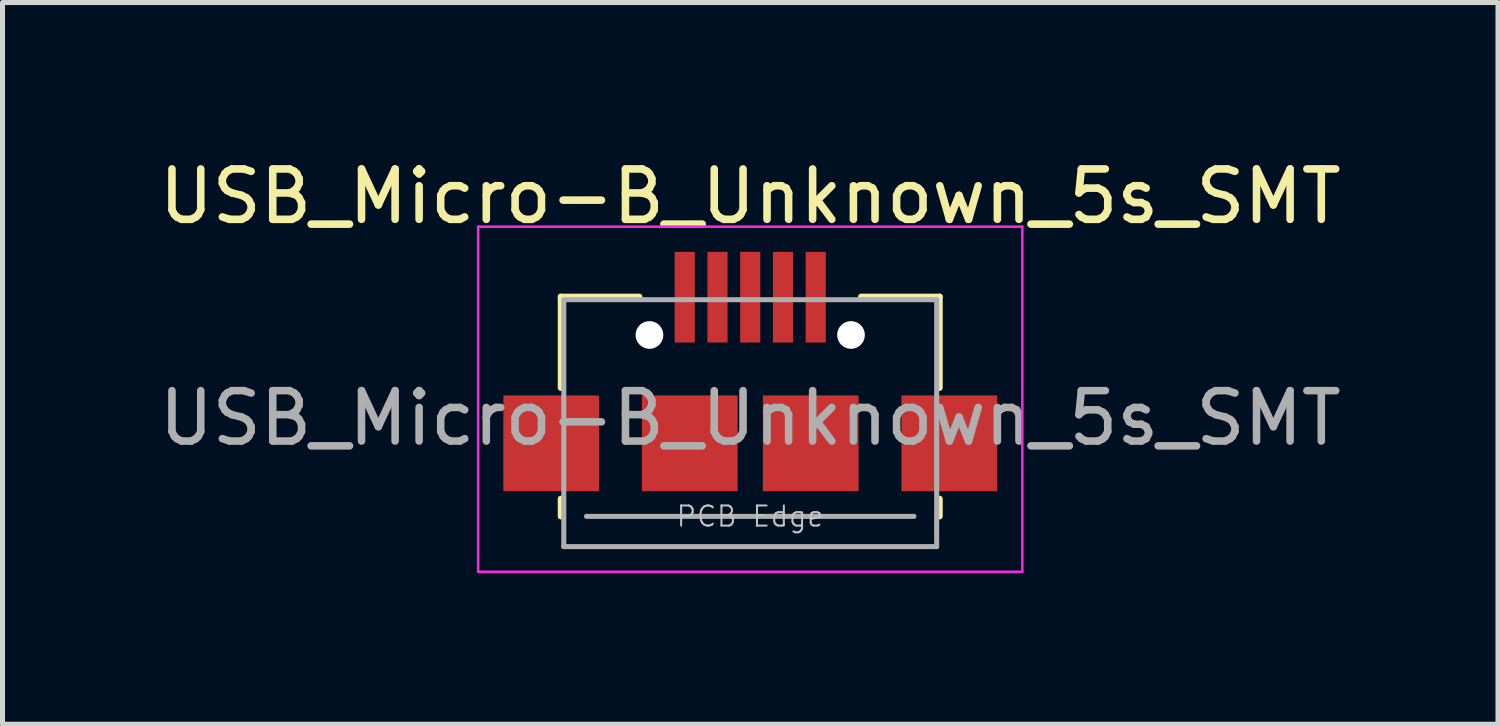
<source format=kicad_pcb>
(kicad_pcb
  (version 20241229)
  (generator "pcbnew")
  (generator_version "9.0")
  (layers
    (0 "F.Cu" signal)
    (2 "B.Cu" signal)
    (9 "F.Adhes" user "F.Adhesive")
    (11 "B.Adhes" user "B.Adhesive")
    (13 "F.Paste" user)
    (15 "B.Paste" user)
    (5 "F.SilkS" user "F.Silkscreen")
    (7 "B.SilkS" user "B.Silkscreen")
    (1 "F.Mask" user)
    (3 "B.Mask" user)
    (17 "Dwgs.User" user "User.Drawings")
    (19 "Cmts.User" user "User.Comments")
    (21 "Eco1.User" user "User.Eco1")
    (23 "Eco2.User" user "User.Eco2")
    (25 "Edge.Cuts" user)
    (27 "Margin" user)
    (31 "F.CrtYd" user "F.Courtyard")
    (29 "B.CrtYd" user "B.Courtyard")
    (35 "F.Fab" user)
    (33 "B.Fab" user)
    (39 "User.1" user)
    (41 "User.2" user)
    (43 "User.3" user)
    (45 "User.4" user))
  (footprint "USB_Micro-B_Unknown_5s_SMT"
    (layer "F.Cu")
    (at 11.839 2.848)
    (property "Reference" "USB_Micro-B_Unknown_5s_SMT" (at 0 -2 0) (layer "F.SilkS") (effects (font (size 1 1) (thickness 0.15))))
    (attr smd)
    (fp_line (start -3.76 -0.01) (end -2.2 -0.01) (stroke (width 0.12) (type solid)) (layer "F.SilkS"))
    (fp_line (start -3.76 1.8) (end -3.76 -0.01) (stroke (width 0.12) (type solid)) (layer "F.SilkS"))
    (fp_line (start -3.76 4) (end -3.76 4.35) (stroke (width 0.12) (type solid)) (layer "F.SilkS"))
    (fp_line (start 3.76 -0.01) (end 2.2 -0.01) (stroke (width 0.12) (type solid)) (layer "F.SilkS"))
    (fp_line (start 3.76 1.8) (end 3.76 -0.01) (stroke (width 0.12) (type solid)) (layer "F.SilkS"))
    (fp_line (start 3.76 4) (end 3.76 4.35) (stroke (width 0.12) (type solid)) (layer "F.SilkS"))
    (fp_line (start -5.4 -1.4) (end -5.4 5.45) (stroke (width 0.05) (type solid)) (layer "F.CrtYd"))
    (fp_line (start -5.4 -1.4) (end 5.4 -1.4) (stroke (width 0.05) (type solid)) (layer "F.CrtYd"))
    (fp_line (start 5.4 -1.4) (end 5.4 5.45) (stroke (width 0.05) (type solid)) (layer "F.CrtYd"))
    (fp_line (start 5.4 5.45) (end -5.4 5.45) (stroke (width 0.05) (type solid)) (layer "F.CrtYd"))
    (fp_line (start -3.7 0.05) (end -3.7 4.95) (stroke (width 0.1) (type solid)) (layer "F.Fab"))
    (fp_line (start -3.7 4.95) (end 3.7 4.95) (stroke (width 0.1) (type solid)) (layer "F.Fab"))
    (fp_line (start -3.25 4.35) (end 3.25 4.35) (stroke (width 0.1) (type solid)) (layer "F.Fab"))
    (fp_line (start 3.7 0.05) (end -3.7 0.05) (stroke (width 0.1) (type solid)) (layer "F.Fab"))
    (fp_line (start 3.7 4.95) (end 3.7 0.05) (stroke (width 0.1) (type solid)) (layer "F.Fab"))
    (fp_text user "PCB Edge" (at 0 4.35 180) (layer "Dwgs.User") (effects (font (size 0.4 0.4) (thickness 0.04))))
    (fp_text user "${REFERENCE}" (at 0 2.4 0) (layer "F.Fab") (effects (font (size 1 1) (thickness 0.15))))
    (pad "" np_thru_hole circle (at -2 0.75) (size 0.55 0.55) (drill 0.55) (layers "*.Cu" "*.Mask"))
    (pad "" np_thru_hole circle (at 2 0.75) (size 0.55 0.55) (drill 0.55) (layers "*.Cu" "*.Mask"))
    (pad "1" smd rect (at -1.3 0) (size 0.4 1.8) (layers "F.Cu" "F.Mask" "F.Paste"))
    (pad "2" smd rect (at -0.65 0) (size 0.4 1.8) (layers "F.Cu" "F.Mask" "F.Paste"))
    (pad "3" smd rect (at 0 0) (size 0.4 1.8) (layers "F.Cu" "F.Mask" "F.Paste"))
    (pad "4" smd rect (at 0.65 0) (size 0.4 1.8) (layers "F.Cu" "F.Mask" "F.Paste"))
    (pad "5" smd rect (at 1.3 0) (size 0.4 1.8) (layers "F.Cu" "F.Mask" "F.Paste"))
    (pad "6" smd rect (at -3.95 2.9) (size 1.9 1.9) (layers "F.Cu" "F.Mask" "F.Paste"))
    (pad "6" smd rect (at -1.2 2.9) (size 1.9 1.9) (layers "F.Cu" "F.Mask" "F.Paste"))
    (pad "6" smd rect (at 1.2 2.9) (size 1.9 1.9) (layers "F.Cu" "F.Mask" "F.Paste"))
    (pad "6" smd rect (at 3.95 2.9) (size 1.9 1.9) (layers "F.Cu" "F.Mask" "F.Paste")))
  (gr_rect
    (start -3 -3)
    (end 26.679 11.323)
    (stroke (width 0.1) (type default))
    (fill no)
    (layer "Edge.Cuts")))
</source>
